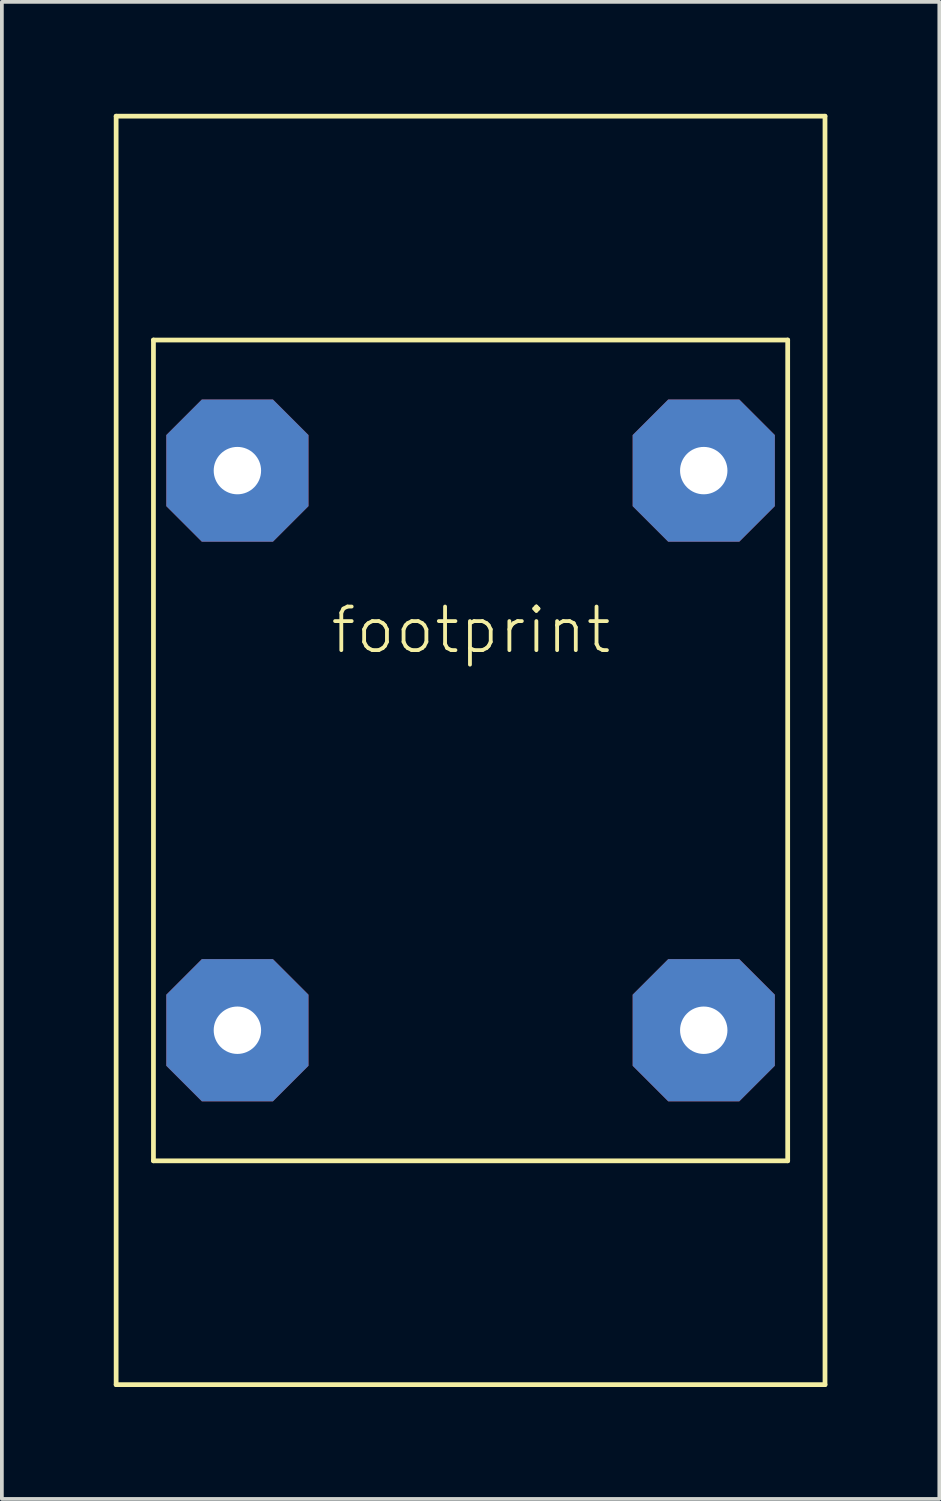
<source format=kicad_pcb>
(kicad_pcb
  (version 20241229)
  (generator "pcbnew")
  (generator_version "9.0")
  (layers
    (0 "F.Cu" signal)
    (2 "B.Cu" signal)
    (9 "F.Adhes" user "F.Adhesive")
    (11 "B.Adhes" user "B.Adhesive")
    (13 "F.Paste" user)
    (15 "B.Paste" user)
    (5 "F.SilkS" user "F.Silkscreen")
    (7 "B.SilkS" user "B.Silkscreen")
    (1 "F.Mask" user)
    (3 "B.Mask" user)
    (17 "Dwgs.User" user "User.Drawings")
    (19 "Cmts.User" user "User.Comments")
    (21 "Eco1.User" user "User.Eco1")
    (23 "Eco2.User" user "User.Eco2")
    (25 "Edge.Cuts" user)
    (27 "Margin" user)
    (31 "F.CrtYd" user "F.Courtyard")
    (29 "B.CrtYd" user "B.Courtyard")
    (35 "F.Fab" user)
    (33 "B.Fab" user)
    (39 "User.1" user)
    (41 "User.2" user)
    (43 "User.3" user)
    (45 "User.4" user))
  (footprint "footprint"
    (layer "F.Cu")
    (at 9.563 17.064)
    (property "Reference" "footprint" (at -3.81 -2.54 0) (layer "F.SilkS") (effects (font (size 1.168 1.168) (thickness 0.102)) (justify left bottom)))
    (fp_line (start -9.5 -17) (end 9.5 -17) (stroke (width 0.127) (type solid)) (layer "F.SilkS"))
    (fp_line (start -9.5 17) (end -9.5 -17) (stroke (width 0.127) (type solid)) (layer "F.SilkS"))
    (fp_line (start -8.5 -11) (end 8.5 -11) (stroke (width 0.127) (type solid)) (layer "F.SilkS"))
    (fp_line (start -8.5 11) (end -8.5 -11) (stroke (width 0.127) (type solid)) (layer "F.SilkS"))
    (fp_line (start 8.5 -11) (end 8.5 11) (stroke (width 0.127) (type solid)) (layer "F.SilkS"))
    (fp_line (start 8.5 11) (end -8.5 11) (stroke (width 0.127) (type solid)) (layer "F.SilkS"))
    (fp_line (start 9.5 -17) (end 9.5 17) (stroke (width 0.127) (type solid)) (layer "F.SilkS"))
    (fp_line (start 9.5 17) (end -9.5 17) (stroke (width 0.127) (type solid)) (layer "F.SilkS"))
    (pad "1" thru_hole roundrect (at -6.25 7.5) (size 3.81 3.81) (drill 1.27) (layers "*.Cu" "*.Mask") (roundrect_rratio 0.25) (chamfer_ratio 0.25) (chamfer top_left top_right bottom_left bottom_right))
    (pad "2" thru_hole roundrect (at 6.25 7.5) (size 3.81 3.81) (drill 1.27) (layers "*.Cu" "*.Mask") (roundrect_rratio 0.25) (chamfer_ratio 0.25) (chamfer top_left top_right bottom_left bottom_right))
    (pad "3" thru_hole roundrect (at -6.25 -7.5) (size 3.81 3.81) (drill 1.27) (layers "*.Cu" "*.Mask") (roundrect_rratio 0.25) (chamfer_ratio 0.25) (chamfer top_left top_right bottom_left bottom_right))
    (pad "4" thru_hole roundrect (at 6.25 -7.5) (size 3.81 3.81) (drill 1.27) (layers "*.Cu" "*.Mask") (roundrect_rratio 0.25) (chamfer_ratio 0.25) (chamfer top_left top_right bottom_left bottom_right)))
  (gr_rect
    (start -3 -3)
    (end 22.127 37.127)
    (stroke (width 0.1) (type default))
    (fill no)
    (layer "Edge.Cuts")))
</source>
